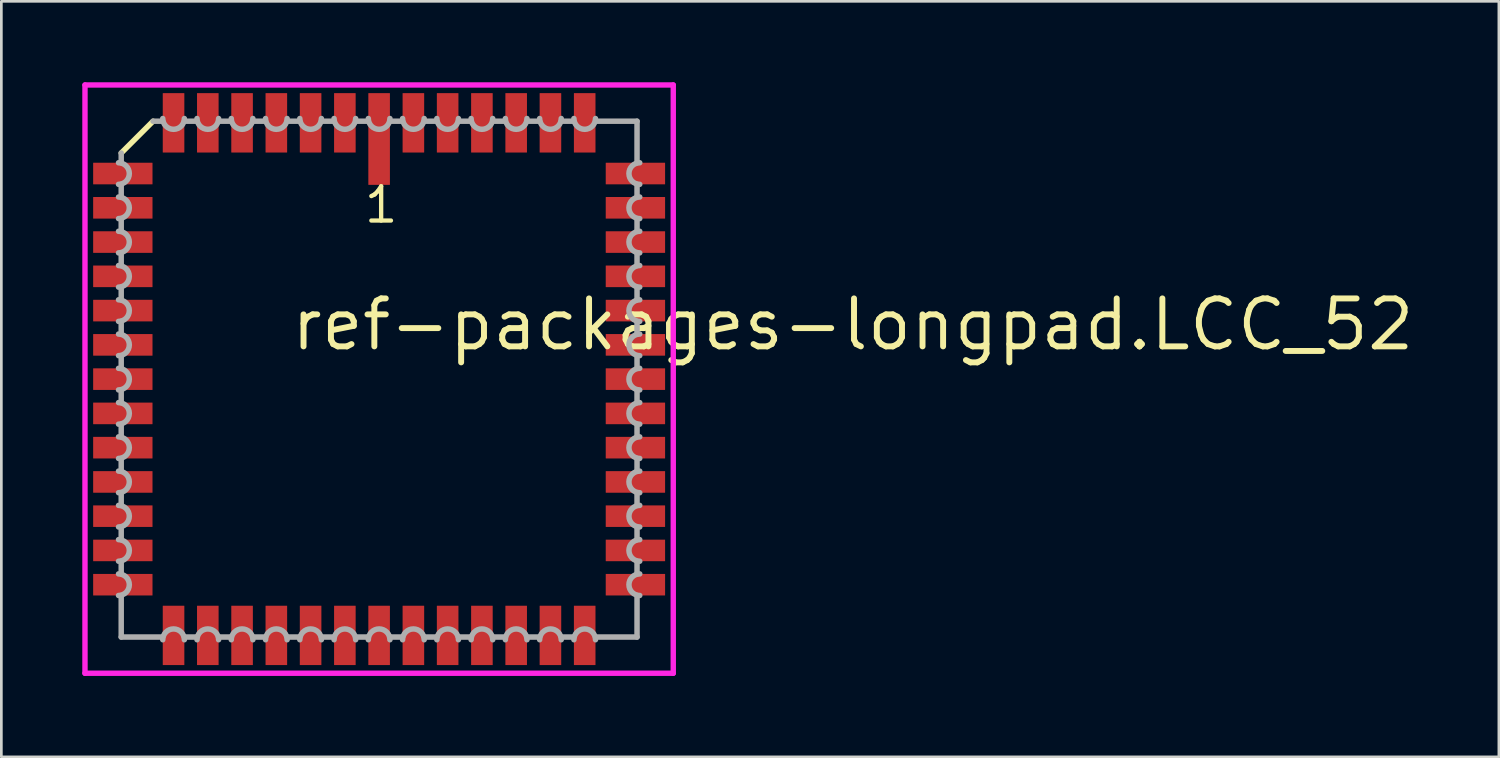
<source format=kicad_pcb>
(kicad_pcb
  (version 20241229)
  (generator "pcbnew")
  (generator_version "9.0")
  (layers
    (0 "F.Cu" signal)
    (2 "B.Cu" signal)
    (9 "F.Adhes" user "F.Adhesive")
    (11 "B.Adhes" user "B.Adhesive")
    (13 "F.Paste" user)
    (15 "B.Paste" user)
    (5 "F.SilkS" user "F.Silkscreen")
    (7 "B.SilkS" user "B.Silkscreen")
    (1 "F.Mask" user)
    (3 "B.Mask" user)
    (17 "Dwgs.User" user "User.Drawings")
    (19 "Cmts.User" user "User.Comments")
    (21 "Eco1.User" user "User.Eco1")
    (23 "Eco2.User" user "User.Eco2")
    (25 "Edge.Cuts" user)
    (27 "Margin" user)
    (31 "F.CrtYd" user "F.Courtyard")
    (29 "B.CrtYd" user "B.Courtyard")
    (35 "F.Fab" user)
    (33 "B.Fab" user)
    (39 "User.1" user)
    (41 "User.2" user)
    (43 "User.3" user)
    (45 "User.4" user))
  (footprint "ref-packages-longpad.LCC_52"
    (layer "F.Cu")
    (at 11.003 11.003)
    (property "Reference" "ref-packages-longpad.LCC_52" (at -3.37 -0.985 0) (layer "F.SilkS") (effects (font (size 1.778 1.778) (thickness 0.22)) (justify left bottom)))
    (attr smd)
    (fp_line (start -8.38 -9.56) (end -9.56 -8.38) (stroke (width 0.203) (type default)) (layer "F.SilkS"))
    (fp_line (start -10.903 -10.903) (end 10.903 -10.903) (stroke (width 0.2) (type default)) (layer "F.CrtYd"))
    (fp_line (start -10.903 10.903) (end -10.903 -10.903) (stroke (width 0.2) (type default)) (layer "F.CrtYd"))
    (fp_line (start 10.903 -10.903) (end 10.903 10.903) (stroke (width 0.2) (type default)) (layer "F.CrtYd"))
    (fp_line (start 10.903 10.903) (end -10.903 10.903) (stroke (width 0.2) (type default)) (layer "F.CrtYd"))
    (fp_line (start -9.56 -8.38) (end -9.56 -8.02) (stroke (width 0.203) (type default)) (layer "F.Fab"))
    (fp_line (start -9.56 -7.22) (end -9.56 -6.75) (stroke (width 0.203) (type default)) (layer "F.Fab"))
    (fp_line (start -9.56 -5.95) (end -9.56 -5.48) (stroke (width 0.203) (type default)) (layer "F.Fab"))
    (fp_line (start -9.56 -4.68) (end -9.56 -4.21) (stroke (width 0.203) (type default)) (layer "F.Fab"))
    (fp_line (start -9.56 -3.41) (end -9.56 -2.94) (stroke (width 0.203) (type default)) (layer "F.Fab"))
    (fp_line (start -9.56 -2.14) (end -9.56 -1.67) (stroke (width 0.203) (type default)) (layer "F.Fab"))
    (fp_line (start -9.56 -0.87) (end -9.56 -0.4) (stroke (width 0.203) (type default)) (layer "F.Fab"))
    (fp_line (start -9.56 0.4) (end -9.56 0.87) (stroke (width 0.203) (type default)) (layer "F.Fab"))
    (fp_line (start -9.56 1.67) (end -9.56 2.14) (stroke (width 0.203) (type default)) (layer "F.Fab"))
    (fp_line (start -9.56 2.94) (end -9.56 3.41) (stroke (width 0.203) (type default)) (layer "F.Fab"))
    (fp_line (start -9.56 4.21) (end -9.56 4.68) (stroke (width 0.203) (type default)) (layer "F.Fab"))
    (fp_line (start -9.56 5.48) (end -9.56 5.95) (stroke (width 0.203) (type default)) (layer "F.Fab"))
    (fp_line (start -9.56 6.75) (end -9.56 7.22) (stroke (width 0.203) (type default)) (layer "F.Fab"))
    (fp_line (start -9.56 8.02) (end -9.56 9.56) (stroke (width 0.203) (type default)) (layer "F.Fab"))
    (fp_line (start -9.56 9.56) (end -8.02 9.56) (stroke (width 0.203) (type default)) (layer "F.Fab"))
    (fp_line (start -8.02 -9.56) (end -8.38 -9.56) (stroke (width 0.203) (type default)) (layer "F.Fab"))
    (fp_line (start -7.22 9.56) (end -6.75 9.56) (stroke (width 0.203) (type default)) (layer "F.Fab"))
    (fp_line (start -6.75 -9.56) (end -7.22 -9.56) (stroke (width 0.203) (type default)) (layer "F.Fab"))
    (fp_line (start -5.95 9.56) (end -5.48 9.56) (stroke (width 0.203) (type default)) (layer "F.Fab"))
    (fp_line (start -5.48 -9.56) (end -5.95 -9.56) (stroke (width 0.203) (type default)) (layer "F.Fab"))
    (fp_line (start -4.68 9.56) (end -4.21 9.56) (stroke (width 0.203) (type default)) (layer "F.Fab"))
    (fp_line (start -4.21 -9.56) (end -4.68 -9.56) (stroke (width 0.203) (type default)) (layer "F.Fab"))
    (fp_line (start -3.41 9.56) (end -2.94 9.56) (stroke (width 0.203) (type default)) (layer "F.Fab"))
    (fp_line (start -2.94 -9.56) (end -3.41 -9.56) (stroke (width 0.203) (type default)) (layer "F.Fab"))
    (fp_line (start -2.14 9.56) (end -1.67 9.56) (stroke (width 0.203) (type default)) (layer "F.Fab"))
    (fp_line (start -1.67 -9.56) (end -2.14 -9.56) (stroke (width 0.203) (type default)) (layer "F.Fab"))
    (fp_line (start -0.87 9.56) (end -0.4 9.56) (stroke (width 0.203) (type default)) (layer "F.Fab"))
    (fp_line (start -0.4 -9.56) (end -0.87 -9.56) (stroke (width 0.203) (type default)) (layer "F.Fab"))
    (fp_line (start 0.4 9.56) (end 0.87 9.56) (stroke (width 0.203) (type default)) (layer "F.Fab"))
    (fp_line (start 0.87 -9.56) (end 0.4 -9.56) (stroke (width 0.203) (type default)) (layer "F.Fab"))
    (fp_line (start 1.67 9.56) (end 2.14 9.56) (stroke (width 0.203) (type default)) (layer "F.Fab"))
    (fp_line (start 2.14 -9.56) (end 1.67 -9.56) (stroke (width 0.203) (type default)) (layer "F.Fab"))
    (fp_line (start 2.94 9.56) (end 3.41 9.56) (stroke (width 0.203) (type default)) (layer "F.Fab"))
    (fp_line (start 3.41 -9.56) (end 2.94 -9.56) (stroke (width 0.203) (type default)) (layer "F.Fab"))
    (fp_line (start 4.21 9.56) (end 4.68 9.56) (stroke (width 0.203) (type default)) (layer "F.Fab"))
    (fp_line (start 4.68 -9.56) (end 4.21 -9.56) (stroke (width 0.203) (type default)) (layer "F.Fab"))
    (fp_line (start 5.48 9.56) (end 5.95 9.56) (stroke (width 0.203) (type default)) (layer "F.Fab"))
    (fp_line (start 5.95 -9.56) (end 5.48 -9.56) (stroke (width 0.203) (type default)) (layer "F.Fab"))
    (fp_line (start 6.75 9.56) (end 7.22 9.56) (stroke (width 0.203) (type default)) (layer "F.Fab"))
    (fp_line (start 7.22 -9.56) (end 6.75 -9.56) (stroke (width 0.203) (type default)) (layer "F.Fab"))
    (fp_line (start 8.02 9.56) (end 9.56 9.56) (stroke (width 0.203) (type default)) (layer "F.Fab"))
    (fp_line (start 9.56 -9.56) (end 8.02 -9.56) (stroke (width 0.203) (type default)) (layer "F.Fab"))
    (fp_line (start 9.56 -8.02) (end 9.56 -9.56) (stroke (width 0.203) (type default)) (layer "F.Fab"))
    (fp_line (start 9.56 -6.75) (end 9.56 -7.22) (stroke (width 0.203) (type default)) (layer "F.Fab"))
    (fp_line (start 9.56 -5.48) (end 9.56 -5.95) (stroke (width 0.203) (type default)) (layer "F.Fab"))
    (fp_line (start 9.56 -4.21) (end 9.56 -4.68) (stroke (width 0.203) (type default)) (layer "F.Fab"))
    (fp_line (start 9.56 -2.94) (end 9.56 -3.41) (stroke (width 0.203) (type default)) (layer "F.Fab"))
    (fp_line (start 9.56 -1.67) (end 9.56 -2.14) (stroke (width 0.203) (type default)) (layer "F.Fab"))
    (fp_line (start 9.56 -0.4) (end 9.56 -0.87) (stroke (width 0.203) (type default)) (layer "F.Fab"))
    (fp_line (start 9.56 0.87) (end 9.56 0.4) (stroke (width 0.203) (type default)) (layer "F.Fab"))
    (fp_line (start 9.56 2.14) (end 9.56 1.67) (stroke (width 0.203) (type default)) (layer "F.Fab"))
    (fp_line (start 9.56 3.41) (end 9.56 2.94) (stroke (width 0.203) (type default)) (layer "F.Fab"))
    (fp_line (start 9.56 4.68) (end 9.56 4.21) (stroke (width 0.203) (type default)) (layer "F.Fab"))
    (fp_line (start 9.56 5.95) (end 9.56 5.48) (stroke (width 0.203) (type default)) (layer "F.Fab"))
    (fp_line (start 9.56 7.22) (end 9.56 6.75) (stroke (width 0.203) (type default)) (layer "F.Fab"))
    (fp_line (start 9.56 9.56) (end 9.56 8.02) (stroke (width 0.203) (type default)) (layer "F.Fab"))
    (fp_arc (start -9.6599 -8.02) (mid -9.2599 -7.62) (end -9.6599 -7.22) (stroke (width 0.2032) (type default)) (layer "F.Fab"))
    (fp_arc (start -9.6599 -6.75) (mid -9.2599 -6.35) (end -9.6599 -5.95) (stroke (width 0.2032) (type default)) (layer "F.Fab"))
    (fp_arc (start -9.6599 -5.48) (mid -9.2599 -5.08) (end -9.6599 -4.68) (stroke (width 0.2032) (type default)) (layer "F.Fab"))
    (fp_arc (start -9.6599 -4.21) (mid -9.2599 -3.81) (end -9.6599 -3.41) (stroke (width 0.2032) (type default)) (layer "F.Fab"))
    (fp_arc (start -9.6599 -2.94) (mid -9.2599 -2.54) (end -9.6599 -2.14) (stroke (width 0.2032) (type default)) (layer "F.Fab"))
    (fp_arc (start -9.6599 -1.67) (mid -9.2599 -1.27) (end -9.6599 -0.87) (stroke (width 0.2032) (type default)) (layer "F.Fab"))
    (fp_arc (start -9.6599 -0.4001) (mid -9.2598 0) (end -9.6599 0.4001) (stroke (width 0.2032) (type default)) (layer "F.Fab"))
    (fp_arc (start -9.6599 0.8699) (mid -9.2598 1.27) (end -9.6599 1.6701) (stroke (width 0.2032) (type default)) (layer "F.Fab"))
    (fp_arc (start -9.6599 2.1399) (mid -9.2598 2.54) (end -9.6599 2.9401) (stroke (width 0.2032) (type default)) (layer "F.Fab"))
    (fp_arc (start -9.6599 3.4099) (mid -9.2598 3.81) (end -9.6599 4.2101) (stroke (width 0.2032) (type default)) (layer "F.Fab"))
    (fp_arc (start -9.6599 4.6799) (mid -9.2598 5.08) (end -9.6599 5.4801) (stroke (width 0.2032) (type default)) (layer "F.Fab"))
    (fp_arc (start -9.6599 5.9499) (mid -9.2598 6.35) (end -9.6599 6.7501) (stroke (width 0.2032) (type default)) (layer "F.Fab"))
    (fp_arc (start -9.6599 7.2199) (mid -9.2598 7.62) (end -9.6599 8.0201) (stroke (width 0.2032) (type default)) (layer "F.Fab"))
    (fp_arc (start -8.0201 9.6599) (mid -7.62 9.2598) (end -7.2199 9.6599) (stroke (width 0.2032) (type default)) (layer "F.Fab"))
    (fp_arc (start -7.2199 -9.6599) (mid -7.62 -9.2598) (end -8.0201 -9.6599) (stroke (width 0.2032) (type default)) (layer "F.Fab"))
    (fp_arc (start -6.7501 9.6599) (mid -6.35 9.2598) (end -5.9499 9.6599) (stroke (width 0.2032) (type default)) (layer "F.Fab"))
    (fp_arc (start -5.9499 -9.6599) (mid -6.35 -9.2598) (end -6.7501 -9.6599) (stroke (width 0.2032) (type default)) (layer "F.Fab"))
    (fp_arc (start -5.4801 9.6599) (mid -5.08 9.2598) (end -4.6799 9.6599) (stroke (width 0.2032) (type default)) (layer "F.Fab"))
    (fp_arc (start -4.6799 -9.6599) (mid -5.08 -9.2598) (end -5.4801 -9.6599) (stroke (width 0.2032) (type default)) (layer "F.Fab"))
    (fp_arc (start -4.2101 9.6599) (mid -3.81 9.2598) (end -3.4099 9.6599) (stroke (width 0.2032) (type default)) (layer "F.Fab"))
    (fp_arc (start -3.4099 -9.6599) (mid -3.81 -9.2598) (end -4.2101 -9.6599) (stroke (width 0.2032) (type default)) (layer "F.Fab"))
    (fp_arc (start -2.9401 9.6599) (mid -2.54 9.2598) (end -2.1399 9.6599) (stroke (width 0.2032) (type default)) (layer "F.Fab"))
    (fp_arc (start -2.1399 -9.6599) (mid -2.54 -9.2598) (end -2.9401 -9.6599) (stroke (width 0.2032) (type default)) (layer "F.Fab"))
    (fp_arc (start -1.6701 9.6599) (mid -1.27 9.2598) (end -0.8699 9.6599) (stroke (width 0.2032) (type default)) (layer "F.Fab"))
    (fp_arc (start -0.8699 -9.6599) (mid -1.27 -9.2598) (end -1.6701 -9.6599) (stroke (width 0.2032) (type default)) (layer "F.Fab"))
    (fp_arc (start -0.4001 9.6599) (mid 0 9.2598) (end 0.4001 9.6599) (stroke (width 0.2032) (type default)) (layer "F.Fab"))
    (fp_arc (start 0.4001 -9.6599) (mid 0 -9.2598) (end -0.4001 -9.6599) (stroke (width 0.2032) (type default)) (layer "F.Fab"))
    (fp_arc (start 0.87 9.6599) (mid 1.27 9.2599) (end 1.67 9.6599) (stroke (width 0.2032) (type default)) (layer "F.Fab"))
    (fp_arc (start 1.67 -9.6599) (mid 1.27 -9.2599) (end 0.87 -9.6599) (stroke (width 0.2032) (type default)) (layer "F.Fab"))
    (fp_arc (start 2.14 9.6599) (mid 2.54 9.2599) (end 2.94 9.6599) (stroke (width 0.2032) (type default)) (layer "F.Fab"))
    (fp_arc (start 2.94 -9.6599) (mid 2.54 -9.2599) (end 2.14 -9.6599) (stroke (width 0.2032) (type default)) (layer "F.Fab"))
    (fp_arc (start 3.41 9.6599) (mid 3.81 9.2599) (end 4.21 9.6599) (stroke (width 0.2032) (type default)) (layer "F.Fab"))
    (fp_arc (start 4.21 -9.6599) (mid 3.81 -9.2599) (end 3.41 -9.6599) (stroke (width 0.2032) (type default)) (layer "F.Fab"))
    (fp_arc (start 4.68 9.6599) (mid 5.08 9.2599) (end 5.48 9.6599) (stroke (width 0.2032) (type default)) (layer "F.Fab"))
    (fp_arc (start 5.48 -9.6599) (mid 5.08 -9.2599) (end 4.68 -9.6599) (stroke (width 0.2032) (type default)) (layer "F.Fab"))
    (fp_arc (start 5.95 9.6599) (mid 6.35 9.2599) (end 6.75 9.6599) (stroke (width 0.2032) (type default)) (layer "F.Fab"))
    (fp_arc (start 6.75 -9.6599) (mid 6.35 -9.2599) (end 5.95 -9.6599) (stroke (width 0.2032) (type default)) (layer "F.Fab"))
    (fp_arc (start 7.22 9.6599) (mid 7.62 9.2599) (end 8.02 9.6599) (stroke (width 0.2032) (type default)) (layer "F.Fab"))
    (fp_arc (start 8.02 -9.6599) (mid 7.62 -9.2599) (end 7.22 -9.6599) (stroke (width 0.2032) (type default)) (layer "F.Fab"))
    (fp_arc (start 9.6599 -7.2199) (mid 9.2598 -7.62) (end 9.6599 -8.0201) (stroke (width 0.2032) (type default)) (layer "F.Fab"))
    (fp_arc (start 9.6599 -5.9499) (mid 9.2598 -6.35) (end 9.6599 -6.7501) (stroke (width 0.2032) (type default)) (layer "F.Fab"))
    (fp_arc (start 9.6599 -4.68) (mid 9.2599 -5.08) (end 9.6599 -5.48) (stroke (width 0.2032) (type default)) (layer "F.Fab"))
    (fp_arc (start 9.6599 -3.41) (mid 9.2599 -3.81) (end 9.6599 -4.21) (stroke (width 0.2032) (type default)) (layer "F.Fab"))
    (fp_arc (start 9.6599 -2.14) (mid 9.2599 -2.54) (end 9.6599 -2.94) (stroke (width 0.2032) (type default)) (layer "F.Fab"))
    (fp_arc (start 9.6599 -0.87) (mid 9.2599 -1.27) (end 9.6599 -1.67) (stroke (width 0.2032) (type default)) (layer "F.Fab"))
    (fp_arc (start 9.6599 0.4001) (mid 9.2598 0) (end 9.6599 -0.4001) (stroke (width 0.2032) (type default)) (layer "F.Fab"))
    (fp_arc (start 9.6599 1.67) (mid 9.2599 1.27) (end 9.6599 0.87) (stroke (width 0.2032) (type default)) (layer "F.Fab"))
    (fp_arc (start 9.6599 2.94) (mid 9.2599 2.54) (end 9.6599 2.14) (stroke (width 0.2032) (type default)) (layer "F.Fab"))
    (fp_arc (start 9.6599 4.21) (mid 9.2599 3.81) (end 9.6599 3.41) (stroke (width 0.2032) (type default)) (layer "F.Fab"))
    (fp_arc (start 9.6599 5.48) (mid 9.2599 5.08) (end 9.6599 4.68) (stroke (width 0.2032) (type default)) (layer "F.Fab"))
    (fp_arc (start 9.6599 6.75) (mid 9.2599 6.35) (end 9.6599 5.95) (stroke (width 0.2032) (type default)) (layer "F.Fab"))
    (fp_arc (start 9.6599 8.02) (mid 9.2599 7.62) (end 9.6599 7.22) (stroke (width 0.2032) (type default)) (layer "F.Fab"))
    (fp_text user "1" (at -0.635 -5.715 0) (layer "F.SilkS") (effects (font (size 1.27 1.27) (thickness 0.16)) (justify left bottom)))
    (pad "1" smd roundrect (at 0 -8.9) (size 0.8 3.4) (layers "F.Cu" "F.Mask" "F.Paste") (roundrect_rratio 0.01))
    (pad "2" smd roundrect (at -1.27 -9.5) (size 0.8 2.2) (layers "F.Cu" "F.Mask" "F.Paste") (roundrect_rratio 0.01))
    (pad "3" smd roundrect (at -2.54 -9.5) (size 0.8 2.2) (layers "F.Cu" "F.Mask" "F.Paste") (roundrect_rratio 0.01))
    (pad "4" smd roundrect (at -3.81 -9.5) (size 0.8 2.2) (layers "F.Cu" "F.Mask" "F.Paste") (roundrect_rratio 0.01))
    (pad "5" smd roundrect (at -5.08 -9.5) (size 0.8 2.2) (layers "F.Cu" "F.Mask" "F.Paste") (roundrect_rratio 0.01))
    (pad "6" smd roundrect (at -6.35 -9.5) (size 0.8 2.2) (layers "F.Cu" "F.Mask" "F.Paste") (roundrect_rratio 0.01))
    (pad "7" smd roundrect (at -7.62 -9.5) (size 0.8 2.2) (layers "F.Cu" "F.Mask" "F.Paste") (roundrect_rratio 0.01))
    (pad "8" smd roundrect (at -9.5 -7.62) (size 2.2 0.8) (layers "F.Cu" "F.Mask" "F.Paste") (roundrect_rratio 0.01))
    (pad "9" smd roundrect (at -9.5 -6.35) (size 2.2 0.8) (layers "F.Cu" "F.Mask" "F.Paste") (roundrect_rratio 0.01))
    (pad "10" smd roundrect (at -9.5 -5.08) (size 2.2 0.8) (layers "F.Cu" "F.Mask" "F.Paste") (roundrect_rratio 0.01))
    (pad "11" smd roundrect (at -9.5 -3.81) (size 2.2 0.8) (layers "F.Cu" "F.Mask" "F.Paste") (roundrect_rratio 0.01))
    (pad "12" smd roundrect (at -9.5 -2.54) (size 2.2 0.8) (layers "F.Cu" "F.Mask" "F.Paste") (roundrect_rratio 0.01))
    (pad "13" smd roundrect (at -9.5 -1.27) (size 2.2 0.8) (layers "F.Cu" "F.Mask" "F.Paste") (roundrect_rratio 0.01))
    (pad "14" smd roundrect (at -9.5 0) (size 2.2 0.8) (layers "F.Cu" "F.Mask" "F.Paste") (roundrect_rratio 0.01))
    (pad "15" smd roundrect (at -9.5 1.27) (size 2.2 0.8) (layers "F.Cu" "F.Mask" "F.Paste") (roundrect_rratio 0.01))
    (pad "16" smd roundrect (at -9.5 2.54) (size 2.2 0.8) (layers "F.Cu" "F.Mask" "F.Paste") (roundrect_rratio 0.01))
    (pad "17" smd roundrect (at -9.5 3.81) (size 2.2 0.8) (layers "F.Cu" "F.Mask" "F.Paste") (roundrect_rratio 0.01))
    (pad "18" smd roundrect (at -9.5 5.08) (size 2.2 0.8) (layers "F.Cu" "F.Mask" "F.Paste") (roundrect_rratio 0.01))
    (pad "19" smd roundrect (at -9.5 6.35) (size 2.2 0.8) (layers "F.Cu" "F.Mask" "F.Paste") (roundrect_rratio 0.01))
    (pad "20" smd roundrect (at -9.5 7.62) (size 2.2 0.8) (layers "F.Cu" "F.Mask" "F.Paste") (roundrect_rratio 0.01))
    (pad "21" smd roundrect (at -7.62 9.5) (size 0.8 2.2) (layers "F.Cu" "F.Mask" "F.Paste") (roundrect_rratio 0.01))
    (pad "22" smd roundrect (at -6.35 9.5) (size 0.8 2.2) (layers "F.Cu" "F.Mask" "F.Paste") (roundrect_rratio 0.01))
    (pad "23" smd roundrect (at -5.08 9.5) (size 0.8 2.2) (layers "F.Cu" "F.Mask" "F.Paste") (roundrect_rratio 0.01))
    (pad "24" smd roundrect (at -3.81 9.5) (size 0.8 2.2) (layers "F.Cu" "F.Mask" "F.Paste") (roundrect_rratio 0.01))
    (pad "25" smd roundrect (at -2.54 9.5) (size 0.8 2.2) (layers "F.Cu" "F.Mask" "F.Paste") (roundrect_rratio 0.01))
    (pad "26" smd roundrect (at -1.27 9.5) (size 0.8 2.2) (layers "F.Cu" "F.Mask" "F.Paste") (roundrect_rratio 0.01))
    (pad "27" smd roundrect (at 0 9.5) (size 0.8 2.2) (layers "F.Cu" "F.Mask" "F.Paste") (roundrect_rratio 0.01))
    (pad "28" smd roundrect (at 1.27 9.5) (size 0.8 2.2) (layers "F.Cu" "F.Mask" "F.Paste") (roundrect_rratio 0.01))
    (pad "29" smd roundrect (at 2.54 9.5) (size 0.8 2.2) (layers "F.Cu" "F.Mask" "F.Paste") (roundrect_rratio 0.01))
    (pad "30" smd roundrect (at 3.81 9.5) (size 0.8 2.2) (layers "F.Cu" "F.Mask" "F.Paste") (roundrect_rratio 0.01))
    (pad "31" smd roundrect (at 5.08 9.5) (size 0.8 2.2) (layers "F.Cu" "F.Mask" "F.Paste") (roundrect_rratio 0.01))
    (pad "32" smd roundrect (at 6.35 9.5) (size 0.8 2.2) (layers "F.Cu" "F.Mask" "F.Paste") (roundrect_rratio 0.01))
    (pad "33" smd roundrect (at 7.62 9.5) (size 0.8 2.2) (layers "F.Cu" "F.Mask" "F.Paste") (roundrect_rratio 0.01))
    (pad "34" smd roundrect (at 9.5 7.62) (size 2.2 0.8) (layers "F.Cu" "F.Mask" "F.Paste") (roundrect_rratio 0.01))
    (pad "35" smd roundrect (at 9.5 6.35) (size 2.2 0.8) (layers "F.Cu" "F.Mask" "F.Paste") (roundrect_rratio 0.01))
    (pad "36" smd roundrect (at 9.5 5.08) (size 2.2 0.8) (layers "F.Cu" "F.Mask" "F.Paste") (roundrect_rratio 0.01))
    (pad "37" smd roundrect (at 9.5 3.81) (size 2.2 0.8) (layers "F.Cu" "F.Mask" "F.Paste") (roundrect_rratio 0.01))
    (pad "38" smd roundrect (at 9.5 2.54) (size 2.2 0.8) (layers "F.Cu" "F.Mask" "F.Paste") (roundrect_rratio 0.01))
    (pad "39" smd roundrect (at 9.5 1.27) (size 2.2 0.8) (layers "F.Cu" "F.Mask" "F.Paste") (roundrect_rratio 0.01))
    (pad "40" smd roundrect (at 9.5 0) (size 2.2 0.8) (layers "F.Cu" "F.Mask" "F.Paste") (roundrect_rratio 0.01))
    (pad "41" smd roundrect (at 9.5 -1.27) (size 2.2 0.8) (layers "F.Cu" "F.Mask" "F.Paste") (roundrect_rratio 0.01))
    (pad "42" smd roundrect (at 9.5 -2.54) (size 2.2 0.8) (layers "F.Cu" "F.Mask" "F.Paste") (roundrect_rratio 0.01))
    (pad "43" smd roundrect (at 9.5 -3.81) (size 2.2 0.8) (layers "F.Cu" "F.Mask" "F.Paste") (roundrect_rratio 0.01))
    (pad "44" smd roundrect (at 9.5 -5.08) (size 2.2 0.8) (layers "F.Cu" "F.Mask" "F.Paste") (roundrect_rratio 0.01))
    (pad "45" smd roundrect (at 9.5 -6.35) (size 2.2 0.8) (layers "F.Cu" "F.Mask" "F.Paste") (roundrect_rratio 0.01))
    (pad "46" smd roundrect (at 9.5 -7.62) (size 2.2 0.8) (layers "F.Cu" "F.Mask" "F.Paste") (roundrect_rratio 0.01))
    (pad "47" smd roundrect (at 7.62 -9.5) (size 0.8 2.2) (layers "F.Cu" "F.Mask" "F.Paste") (roundrect_rratio 0.01))
    (pad "48" smd roundrect (at 6.35 -9.5) (size 0.8 2.2) (layers "F.Cu" "F.Mask" "F.Paste") (roundrect_rratio 0.01))
    (pad "49" smd roundrect (at 5.08 -9.5) (size 0.8 2.2) (layers "F.Cu" "F.Mask" "F.Paste") (roundrect_rratio 0.01))
    (pad "50" smd roundrect (at 3.81 -9.5) (size 0.8 2.2) (layers "F.Cu" "F.Mask" "F.Paste") (roundrect_rratio 0.01))
    (pad "51" smd roundrect (at 2.54 -9.5) (size 0.8 2.2) (layers "F.Cu" "F.Mask" "F.Paste") (roundrect_rratio 0.01))
    (pad "52" smd roundrect (at 1.27 -9.5) (size 0.8 2.2) (layers "F.Cu" "F.Mask" "F.Paste") (roundrect_rratio 0.01)))
  (gr_rect
    (start -3 -3)
    (end 52.509 25.006)
    (stroke (width 0.1) (type default))
    (fill no)
    (layer "Edge.Cuts")))
</source>
